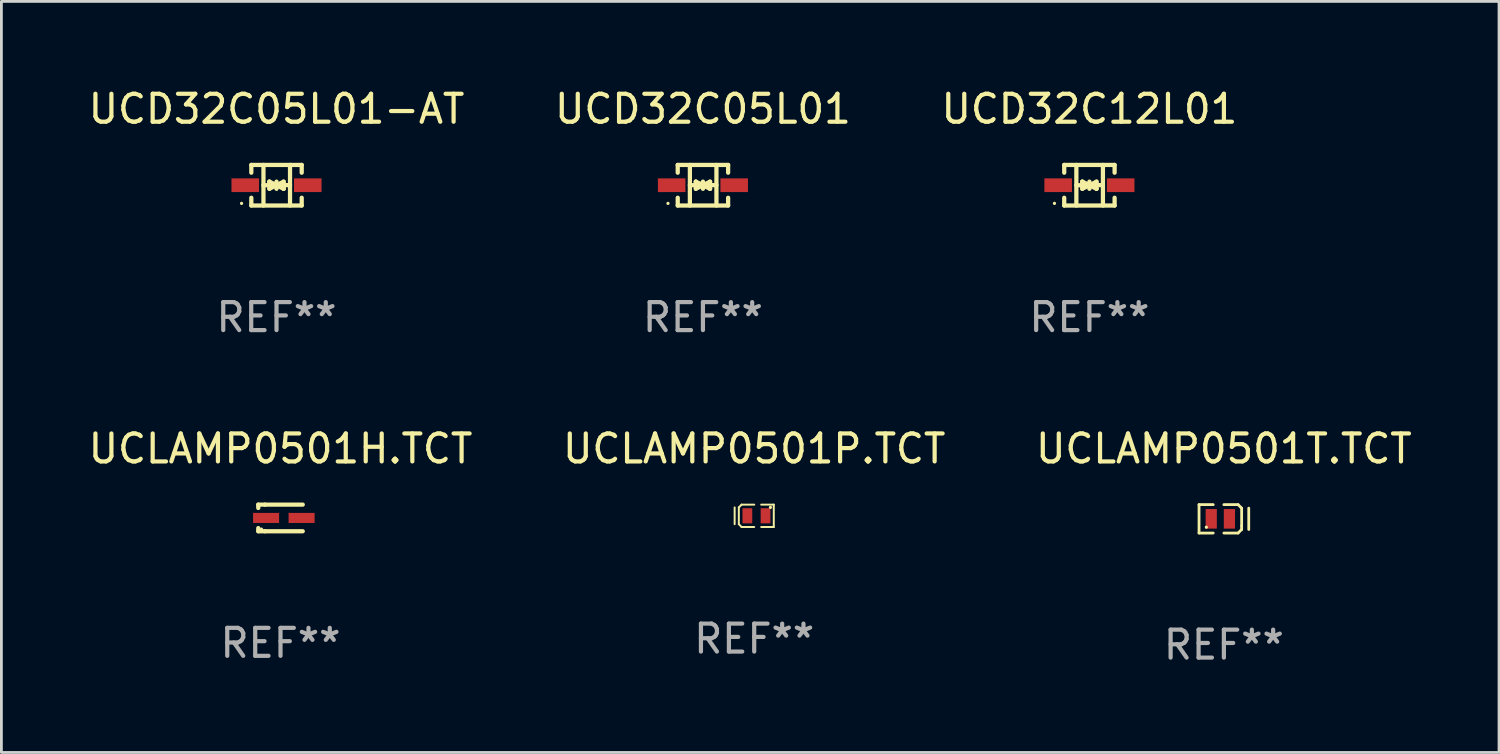
<source format=kicad_pcb>
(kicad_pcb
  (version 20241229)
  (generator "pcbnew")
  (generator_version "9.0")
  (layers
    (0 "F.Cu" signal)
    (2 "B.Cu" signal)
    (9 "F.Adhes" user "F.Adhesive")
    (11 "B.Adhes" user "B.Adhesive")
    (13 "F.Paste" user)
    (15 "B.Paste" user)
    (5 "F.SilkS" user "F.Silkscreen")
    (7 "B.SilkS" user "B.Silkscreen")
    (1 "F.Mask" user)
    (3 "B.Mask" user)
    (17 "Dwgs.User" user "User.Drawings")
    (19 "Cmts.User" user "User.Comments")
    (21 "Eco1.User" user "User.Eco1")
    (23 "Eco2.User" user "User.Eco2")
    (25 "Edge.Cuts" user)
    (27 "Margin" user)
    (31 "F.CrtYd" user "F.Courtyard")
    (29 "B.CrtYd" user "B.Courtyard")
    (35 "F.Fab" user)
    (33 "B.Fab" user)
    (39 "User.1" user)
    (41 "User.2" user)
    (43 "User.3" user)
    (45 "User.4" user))
  (footprint "UCLAMP0501P.TCT"
    (layer "F.Cu")
    (at 23.923 15.397)
    (property "Reference" "UCLAMP0501P.TCT" (at 0 -2.4 0) (layer "F.SilkS") (effects (font (size 1 1) (thickness 0.15))))
    (attr through_hole)
    (fp_line (start -0.7 -0.3) (end -0.7 0.3) (stroke (width 0.07) (type solid)) (layer "F.SilkS"))
    (fp_line (start -0.55 -0.301) (end -0.55 0.299) (stroke (width 0.07) (type solid)) (layer "F.SilkS"))
    (fp_line (start -0.451 -0.4) (end -0.55 -0.301) (stroke (width 0.07) (type solid)) (layer "F.SilkS"))
    (fp_line (start -0.45 0.399) (end -0.55 0.299) (stroke (width 0.07) (type solid)) (layer "F.SilkS"))
    (fp_line (start -0.45 0.4) (end -0.45 0.399) (stroke (width 0.07) (type solid)) (layer "F.SilkS"))
    (fp_line (start 0.000038 0.4) (end -0.45 0.4) (stroke (width 0.07) (type solid)) (layer "F.SilkS"))
    (fp_line (start 0.001 -0.4) (end -0.451 -0.4) (stroke (width 0.07) (type solid)) (layer "F.SilkS"))
    (fp_line (start 0.699 -0.4) (end 0.25 -0.4) (stroke (width 0.07) (type solid)) (layer "F.SilkS"))
    (fp_line (start 0.7 0.4) (end 0.25 0.4) (stroke (width 0.07) (type solid)) (layer "F.SilkS"))
    (fp_line (start 0.7 0.4) (end 0.699 -0.4) (stroke (width 0.07) (type solid)) (layer "F.SilkS"))
    (fp_circle (center 0.58 -0.3) (end 0.61 -0.3) (stroke (width 0.06) (type solid)) (fill no) (layer "F.SilkS"))
    (fp_text user "REF**" (at 0 4.4 0) (layer "F.Fab") (effects (font (size 1 1) (thickness 0.15))))
    (pad "1" smd rect (at 0.405 -0.000368 180) (size 0.349 0.54) (layers "F.Cu" "F.Mask" "F.Paste"))
    (pad "2" smd rect (at -0.245 -0.000368 180) (size 0.349 0.54) (layers "F.Cu" "F.Mask" "F.Paste")))
  (footprint "UCD32C05L01-AT"
    (layer "F.Cu")
    (at 6.839 3.574)
    (property "Reference" "UCD32C05L01-AT" (at 0 -2.726 0) (layer "F.SilkS") (effects (font (size 1 1) (thickness 0.15))))
    (attr through_hole)
    (fp_line (start -0.901 -0.726) (end -0.901 -0.448) (stroke (width 0.152) (type solid)) (layer "F.SilkS"))
    (fp_line (start -0.901 0.726) (end -0.901 0.448) (stroke (width 0.152) (type solid)) (layer "F.SilkS"))
    (fp_line (start -0.467 0) (end 0.483 -0.003) (stroke (width 0.154) (type solid)) (layer "F.SilkS"))
    (fp_line (start -0.467 0.726) (end -0.467 -0.726) (stroke (width 0.152) (type solid)) (layer "F.SilkS"))
    (fp_line (start -0.254 -0.127) (end -0.254 -0.127) (stroke (width 0.154) (type solid)) (layer "F.SilkS"))
    (fp_line (start -0.254 -0.127) (end -0.002 -0.003) (stroke (width 0.154) (type solid)) (layer "F.SilkS"))
    (fp_line (start -0.254 0.127) (end -0.254 -0.127) (stroke (width 0.154) (type solid)) (layer "F.SilkS"))
    (fp_line (start -0.127 0) (end 0.003 0) (stroke (width 0.154) (type solid)) (layer "F.SilkS"))
    (fp_line (start -0.003 0) (end -0.254 0.127) (stroke (width 0.154) (type solid)) (layer "F.SilkS"))
    (fp_line (start 0 -0.127) (end 0 0.127) (stroke (width 0.154) (type solid)) (layer "F.SilkS"))
    (fp_line (start 0.003 0) (end 0.254 -0.127) (stroke (width 0.154) (type solid)) (layer "F.SilkS"))
    (fp_line (start 0.127 0) (end -0.003 0) (stroke (width 0.154) (type solid)) (layer "F.SilkS"))
    (fp_line (start 0.254 -0.127) (end 0.254 0.127) (stroke (width 0.154) (type solid)) (layer "F.SilkS"))
    (fp_line (start 0.254 0.127) (end 0.002 0.003) (stroke (width 0.154) (type solid)) (layer "F.SilkS"))
    (fp_line (start 0.254 0.127) (end 0.254 0.127) (stroke (width 0.154) (type solid)) (layer "F.SilkS"))
    (fp_line (start 0.483 0.726) (end 0.483 -0.726) (stroke (width 0.152) (type solid)) (layer "F.SilkS"))
    (fp_line (start 0.901 -0.726) (end -0.901 -0.726) (stroke (width 0.152) (type solid)) (layer "F.SilkS"))
    (fp_line (start 0.901 -0.726) (end 0.901 -0.448) (stroke (width 0.152) (type solid)) (layer "F.SilkS"))
    (fp_line (start 0.901 0.726) (end -0.901 0.726) (stroke (width 0.152) (type solid)) (layer "F.SilkS"))
    (fp_line (start 0.901 0.726) (end 0.901 0.448) (stroke (width 0.152) (type solid)) (layer "F.SilkS"))
    (fp_circle (center -1.25 0.65) (end -1.22 0.65) (stroke (width 0.06) (type solid)) (fill no) (layer "F.SilkS"))
    (fp_text user "REF**" (at 0 4.726 0) (layer "F.Fab") (effects (font (size 1 1) (thickness 0.15))))
    (pad "1" smd rect (at -1.118 0) (size 0.985 0.49) (layers "F.Cu" "F.Mask" "F.Paste"))
    (pad "2" smd rect (at 1.118 0) (size 0.985 0.49) (layers "F.Cu" "F.Mask" "F.Paste")))
  (footprint "UCLAMP0501T.TCT"
    (layer "F.Cu")
    (at 40.72 15.505)
    (property "Reference" "UCLAMP0501T.TCT" (at 0 -2.508 0) (layer "F.SilkS") (effects (font (size 1 1) (thickness 0.15))))
    (attr through_hole)
    (fp_line (start -0.889 -0.508) (end -0.889 0.508) (stroke (width 0.1) (type solid)) (layer "F.SilkS"))
    (fp_line (start -0.889 0.508) (end -0.381 0.508) (stroke (width 0.1) (type solid)) (layer "F.SilkS"))
    (fp_line (start -0.381 -0.508) (end -0.889 -0.508) (stroke (width 0.1) (type solid)) (layer "F.SilkS"))
    (fp_line (start 0 -0.508) (end 0.508 -0.508) (stroke (width 0.1) (type solid)) (layer "F.SilkS"))
    (fp_line (start 0.508 -0.508) (end 0.635 -0.381) (stroke (width 0.1) (type solid)) (layer "F.SilkS"))
    (fp_line (start 0.508 0.508) (end 0 0.508) (stroke (width 0.1) (type solid)) (layer "F.SilkS"))
    (fp_line (start 0.635 -0.381) (end 0.635 0.254) (stroke (width 0.1) (type solid)) (layer "F.SilkS"))
    (fp_line (start 0.635 0.254) (end 0.635 0.381) (stroke (width 0.1) (type solid)) (layer "F.SilkS"))
    (fp_line (start 0.635 0.381) (end 0.508 0.508) (stroke (width 0.1) (type solid)) (layer "F.SilkS"))
    (fp_line (start 0.889 -0.381) (end 0.889 0.381) (stroke (width 0.1) (type solid)) (layer "F.SilkS"))
    (fp_circle (center -0.627 0.3) (end -0.597 0.3) (stroke (width 0.06) (type solid)) (fill no) (layer "F.SilkS"))
    (fp_text user "REF**" (at 0 4.508 0) (layer "F.Fab") (effects (font (size 1 1) (thickness 0.15))))
    (pad "1" smd rect (at -0.452 0) (size 0.4 0.7) (layers "F.Cu" "F.Mask" "F.Paste"))
    (pad "2" smd rect (at 0.198 0) (size 0.4 0.7) (layers "F.Cu" "F.Mask" "F.Paste")))
  (footprint "UCD32C12L01"
    (layer "F.Cu")
    (at 35.911 3.574)
    (property "Reference" "UCD32C12L01" (at 0 -2.726 0) (layer "F.SilkS") (effects (font (size 1 1) (thickness 0.15))))
    (attr through_hole)
    (fp_line (start -0.901 -0.726) (end -0.901 -0.448) (stroke (width 0.152) (type solid)) (layer "F.SilkS"))
    (fp_line (start -0.901 0.726) (end -0.901 0.448) (stroke (width 0.152) (type solid)) (layer "F.SilkS"))
    (fp_line (start -0.467 0) (end 0.483 -0.003) (stroke (width 0.154) (type solid)) (layer "F.SilkS"))
    (fp_line (start -0.467 0.726) (end -0.467 -0.726) (stroke (width 0.152) (type solid)) (layer "F.SilkS"))
    (fp_line (start -0.254 -0.127) (end -0.254 -0.127) (stroke (width 0.154) (type solid)) (layer "F.SilkS"))
    (fp_line (start -0.254 -0.127) (end -0.002 -0.003) (stroke (width 0.154) (type solid)) (layer "F.SilkS"))
    (fp_line (start -0.254 0.127) (end -0.254 -0.127) (stroke (width 0.154) (type solid)) (layer "F.SilkS"))
    (fp_line (start -0.127 0) (end 0.003 0) (stroke (width 0.154) (type solid)) (layer "F.SilkS"))
    (fp_line (start -0.003 0) (end -0.254 0.127) (stroke (width 0.154) (type solid)) (layer "F.SilkS"))
    (fp_line (start 0 -0.127) (end 0 0.127) (stroke (width 0.154) (type solid)) (layer "F.SilkS"))
    (fp_line (start 0.003 0) (end 0.254 -0.127) (stroke (width 0.154) (type solid)) (layer "F.SilkS"))
    (fp_line (start 0.127 0) (end -0.003 0) (stroke (width 0.154) (type solid)) (layer "F.SilkS"))
    (fp_line (start 0.254 -0.127) (end 0.254 0.127) (stroke (width 0.154) (type solid)) (layer "F.SilkS"))
    (fp_line (start 0.254 0.127) (end 0.002 0.003) (stroke (width 0.154) (type solid)) (layer "F.SilkS"))
    (fp_line (start 0.254 0.127) (end 0.254 0.127) (stroke (width 0.154) (type solid)) (layer "F.SilkS"))
    (fp_line (start 0.483 0.726) (end 0.483 -0.726) (stroke (width 0.152) (type solid)) (layer "F.SilkS"))
    (fp_line (start 0.901 -0.726) (end -0.901 -0.726) (stroke (width 0.152) (type solid)) (layer "F.SilkS"))
    (fp_line (start 0.901 -0.726) (end 0.901 -0.448) (stroke (width 0.152) (type solid)) (layer "F.SilkS"))
    (fp_line (start 0.901 0.726) (end -0.901 0.726) (stroke (width 0.152) (type solid)) (layer "F.SilkS"))
    (fp_line (start 0.901 0.726) (end 0.901 0.448) (stroke (width 0.152) (type solid)) (layer "F.SilkS"))
    (fp_circle (center -1.25 0.65) (end -1.22 0.65) (stroke (width 0.06) (type solid)) (fill no) (layer "F.SilkS"))
    (fp_text user "REF**" (at 0 4.726 0) (layer "F.Fab") (effects (font (size 1 1) (thickness 0.15))))
    (pad "1" smd rect (at -1.118 0) (size 0.985 0.49) (layers "F.Cu" "F.Mask" "F.Paste"))
    (pad "2" smd rect (at 1.118 0) (size 0.985 0.49) (layers "F.Cu" "F.Mask" "F.Paste")))
  (footprint "UCLAMP0501H.TCT"
    (layer "F.Cu")
    (at 6.982 15.473)
    (property "Reference" "UCLAMP0501H.TCT" (at 0 -2.476 0) (layer "F.SilkS") (effects (font (size 1 1) (thickness 0.15))))
    (attr through_hole)
    (fp_line (start -0.795 -0.476) (end -0.795 -0.356) (stroke (width 0.152) (type solid)) (layer "F.SilkS"))
    (fp_line (start -0.795 0.363) (end -0.795 0.476) (stroke (width 0.152) (type solid)) (layer "F.SilkS"))
    (fp_line (start -0.795 0.476) (end -0.557 0.476) (stroke (width 0.152) (type solid)) (layer "F.SilkS"))
    (fp_line (start -0.557 -0.476) (end -0.795 -0.476) (stroke (width 0.152) (type solid)) (layer "F.SilkS"))
    (fp_line (start -0.557 -0.476) (end 0.795 -0.476) (stroke (width 0.152) (type solid)) (layer "F.SilkS"))
    (fp_line (start -0.557 0.476) (end 0.795 0.476) (stroke (width 0.152) (type solid)) (layer "F.SilkS"))
    (fp_circle (center -0.681 0.4) (end -0.651 0.4) (stroke (width 0.06) (type solid)) (fill no) (layer "F.SilkS"))
    (fp_text user "REF**" (at 0 4.476 0) (layer "F.Fab") (effects (font (size 1 1) (thickness 0.15))))
    (pad "1" smd rect (at -0.516 0 180) (size 0.93 0.36) (layers "F.Cu" "F.Mask" "F.Paste"))
    (pad "2" smd rect (at 0.754 0 180) (size 0.93 0.36) (layers "F.Cu" "F.Mask" "F.Paste")))
  (footprint "UCD32C05L01"
    (layer "F.Cu")
    (at 22.089 3.574)
    (property "Reference" "UCD32C05L01" (at 0 -2.726 0) (layer "F.SilkS") (effects (font (size 1 1) (thickness 0.15))))
    (attr through_hole)
    (fp_line (start -0.901 -0.726) (end -0.901 -0.448) (stroke (width 0.152) (type solid)) (layer "F.SilkS"))
    (fp_line (start -0.901 0.726) (end -0.901 0.448) (stroke (width 0.152) (type solid)) (layer "F.SilkS"))
    (fp_line (start -0.467 0) (end 0.483 -0.003) (stroke (width 0.154) (type solid)) (layer "F.SilkS"))
    (fp_line (start -0.467 0.726) (end -0.467 -0.726) (stroke (width 0.152) (type solid)) (layer "F.SilkS"))
    (fp_line (start -0.254 -0.127) (end -0.254 -0.127) (stroke (width 0.154) (type solid)) (layer "F.SilkS"))
    (fp_line (start -0.254 -0.127) (end -0.002 -0.003) (stroke (width 0.154) (type solid)) (layer "F.SilkS"))
    (fp_line (start -0.254 0.127) (end -0.254 -0.127) (stroke (width 0.154) (type solid)) (layer "F.SilkS"))
    (fp_line (start -0.127 0) (end 0.003 0) (stroke (width 0.154) (type solid)) (layer "F.SilkS"))
    (fp_line (start -0.003 0) (end -0.254 0.127) (stroke (width 0.154) (type solid)) (layer "F.SilkS"))
    (fp_line (start 0 -0.127) (end 0 0.127) (stroke (width 0.154) (type solid)) (layer "F.SilkS"))
    (fp_line (start 0.003 0) (end 0.254 -0.127) (stroke (width 0.154) (type solid)) (layer "F.SilkS"))
    (fp_line (start 0.127 0) (end -0.003 0) (stroke (width 0.154) (type solid)) (layer "F.SilkS"))
    (fp_line (start 0.254 -0.127) (end 0.254 0.127) (stroke (width 0.154) (type solid)) (layer "F.SilkS"))
    (fp_line (start 0.254 0.127) (end 0.002 0.003) (stroke (width 0.154) (type solid)) (layer "F.SilkS"))
    (fp_line (start 0.254 0.127) (end 0.254 0.127) (stroke (width 0.154) (type solid)) (layer "F.SilkS"))
    (fp_line (start 0.483 0.726) (end 0.483 -0.726) (stroke (width 0.152) (type solid)) (layer "F.SilkS"))
    (fp_line (start 0.901 -0.726) (end -0.901 -0.726) (stroke (width 0.152) (type solid)) (layer "F.SilkS"))
    (fp_line (start 0.901 -0.726) (end 0.901 -0.448) (stroke (width 0.152) (type solid)) (layer "F.SilkS"))
    (fp_line (start 0.901 0.726) (end -0.901 0.726) (stroke (width 0.152) (type solid)) (layer "F.SilkS"))
    (fp_line (start 0.901 0.726) (end 0.901 0.448) (stroke (width 0.152) (type solid)) (layer "F.SilkS"))
    (fp_circle (center -1.25 0.65) (end -1.22 0.65) (stroke (width 0.06) (type solid)) (fill no) (layer "F.SilkS"))
    (fp_text user "REF**" (at 0 4.726 0) (layer "F.Fab") (effects (font (size 1 1) (thickness 0.15))))
    (pad "1" smd rect (at -1.118 0) (size 0.985 0.49) (layers "F.Cu" "F.Mask" "F.Paste"))
    (pad "2" smd rect (at 1.118 0) (size 0.985 0.49) (layers "F.Cu" "F.Mask" "F.Paste")))
  (gr_rect
    (start -3 -3)
    (end 50.56 23.861)
    (stroke (width 0.1) (type default))
    (fill no)
    (layer "Edge.Cuts")))
</source>
